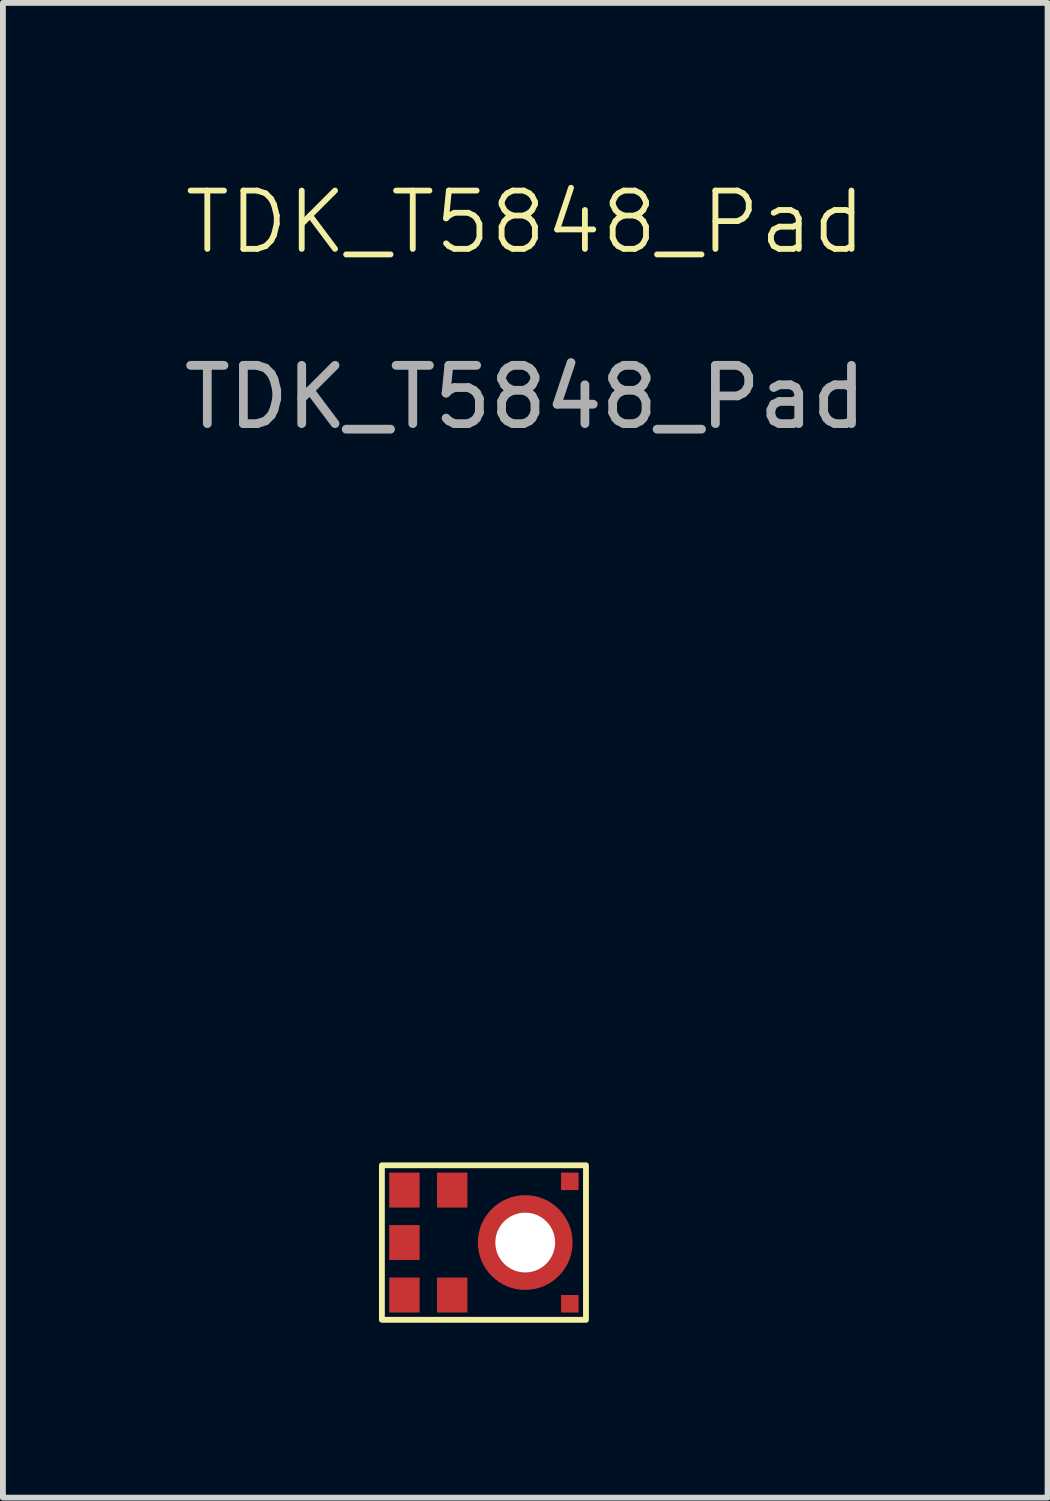
<source format=kicad_pcb>
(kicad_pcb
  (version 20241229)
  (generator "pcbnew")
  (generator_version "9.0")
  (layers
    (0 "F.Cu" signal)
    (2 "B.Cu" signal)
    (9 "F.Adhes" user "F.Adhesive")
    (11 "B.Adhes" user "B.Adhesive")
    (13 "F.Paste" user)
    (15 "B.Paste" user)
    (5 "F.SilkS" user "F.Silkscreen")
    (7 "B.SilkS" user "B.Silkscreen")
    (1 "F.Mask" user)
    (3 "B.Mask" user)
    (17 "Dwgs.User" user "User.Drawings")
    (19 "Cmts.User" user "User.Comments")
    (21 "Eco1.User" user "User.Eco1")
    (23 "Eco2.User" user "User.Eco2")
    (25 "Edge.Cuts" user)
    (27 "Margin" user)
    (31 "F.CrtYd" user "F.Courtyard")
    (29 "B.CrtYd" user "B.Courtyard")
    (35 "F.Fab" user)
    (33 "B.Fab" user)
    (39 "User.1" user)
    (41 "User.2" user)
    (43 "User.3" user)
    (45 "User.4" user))
  (footprint "TDK_T5848_Pad"
    (layer "F.Cu")
    (at 5.958 18.261)
    (property "Reference" "TDK_T5848_Pad" (at 0 -17.5 0) (unlocked yes) (layer "F.SilkS") (effects (font (size 1 1) (thickness 0.1))))
    (fp_rect (start -2.458 -1.325) (end 1.042 1.325) (stroke (width 0.1) (type solid)) (fill no) (layer "F.SilkS"))
    (fp_text user "${REFERENCE}" (at 0 -14.5 0) (unlocked yes) (layer "F.Fab") (effects (font (size 1 1) (thickness 0.15))))
    (pad "" smd rect (at -2.072 -0.9) (size 0.422 0.5) (layers "F.Paste"))
    (pad "" smd rect (at -2.072 0) (size 0.422 0.5) (layers "F.Paste"))
    (pad "" smd rect (at -2.072 0.9) (size 0.422 0.5) (layers "F.Paste"))
    (pad "" smd rect (at -1.252 -0.9) (size 0.422 0.5) (layers "F.Paste"))
    (pad "" smd rect (at -1.252 0.9) (size 0.422 0.5) (layers "F.Paste"))
    (pad "" np_thru_hole circle (at 0 0) (size 1.025 1.025) (drill 1.025) (layers "*.Cu" "*.Mask"))
    (pad "" smd rect (at 0.765 -1.05) (size 0.27 0.27) (layers "F.Paste"))
    (pad "" smd rect (at 0.765 1.05) (size 0.27 0.27) (layers "F.Paste"))
    (pad "1" smd rect (at -2.072 -0.9) (size 0.522 0.6) (layers "F.Cu" "F.Mask" "F.Paste"))
    (pad "2" smd rect (at -1.252 -0.9) (size 0.522 0.6) (layers "F.Cu" "F.Mask" "F.Paste"))
    (pad "3" smd circle (at 0 0) (size 1.625 1.625) (layers "F.Cu" "F.Mask" "F.Paste"))
    (pad "4" smd rect (at 0.765 -1.05) (size 0.3 0.3) (layers "F.Cu" "F.Mask" "F.Paste"))
    (pad "5" smd rect (at 0.765 1.05) (size 0.3 0.3) (layers "F.Cu" "F.Mask" "F.Paste"))
    (pad "6" smd rect (at -1.252 0.9) (size 0.522 0.6) (layers "F.Cu" "F.Mask" "F.Paste"))
    (pad "7" smd rect (at -2.072 0.9) (size 0.522 0.6) (layers "F.Cu" "F.Mask" "F.Paste"))
    (pad "8" smd rect (at -2.072 0) (size 0.522 0.6) (layers "F.Cu" "F.Mask" "F.Paste")))
  (gr_rect
    (start -3 -3)
    (end 14.917 22.636)
    (stroke (width 0.1) (type default))
    (fill no)
    (layer "Edge.Cuts")))
</source>
